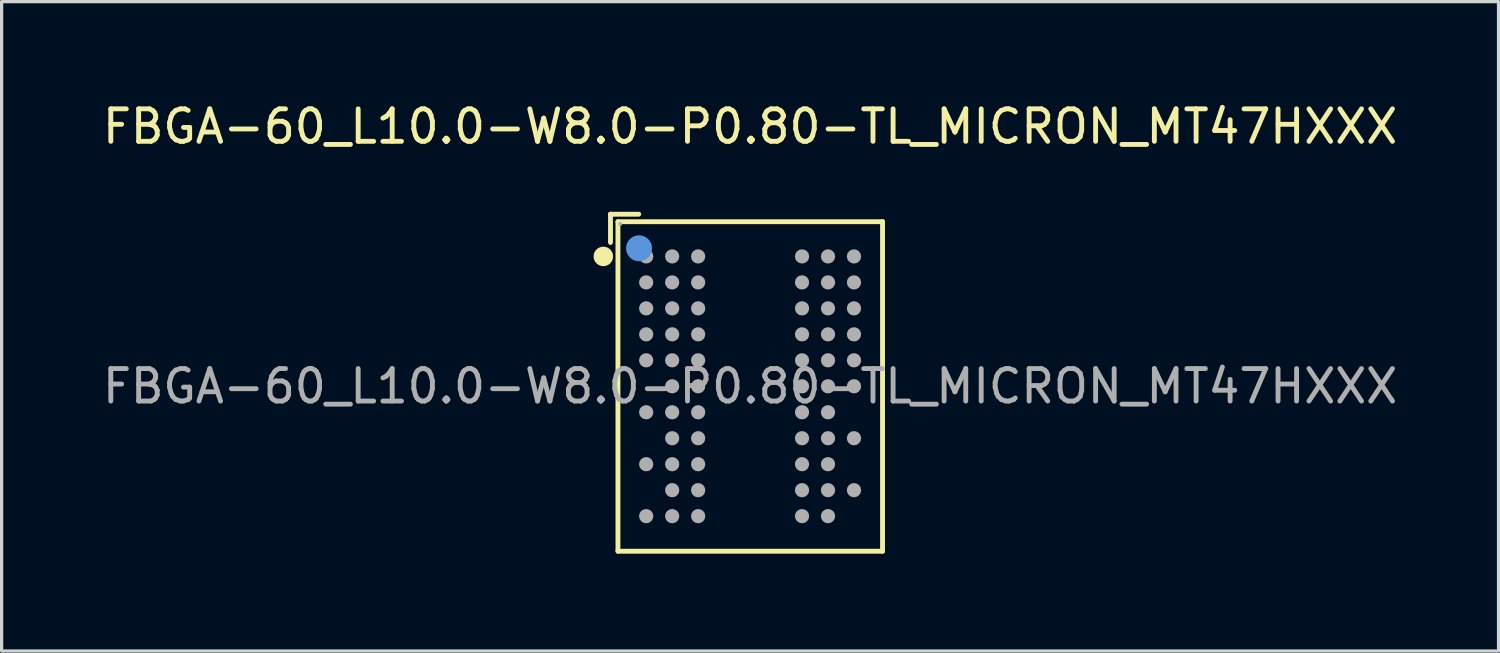
<source format=kicad_pcb>
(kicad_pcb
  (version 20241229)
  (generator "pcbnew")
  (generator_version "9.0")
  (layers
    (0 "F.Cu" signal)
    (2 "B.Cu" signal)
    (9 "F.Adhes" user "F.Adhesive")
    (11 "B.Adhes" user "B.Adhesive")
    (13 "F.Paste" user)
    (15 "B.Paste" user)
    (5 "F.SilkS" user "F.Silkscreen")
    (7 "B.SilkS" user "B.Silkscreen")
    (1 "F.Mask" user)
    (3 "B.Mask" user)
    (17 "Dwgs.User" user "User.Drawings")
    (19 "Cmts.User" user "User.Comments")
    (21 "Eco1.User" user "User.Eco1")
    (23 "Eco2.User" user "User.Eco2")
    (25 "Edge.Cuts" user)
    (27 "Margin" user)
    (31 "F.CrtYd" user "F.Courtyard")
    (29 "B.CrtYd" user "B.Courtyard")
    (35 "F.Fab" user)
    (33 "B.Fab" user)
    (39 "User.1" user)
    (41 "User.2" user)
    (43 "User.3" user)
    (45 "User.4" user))
  (footprint "FBGA-60_L10.0-W8.0-P0.80-TL_MICRON_MT47HXXX"
    (layer "F.Cu")
    (at 20.054 8.848)
    (property "Reference" "FBGA-60_L10.0-W8.0-P0.80-TL_MICRON_MT47HXXX" (at 0 -8 0) (layer "F.SilkS") (effects (font (size 1 1) (thickness 0.15))))
    (attr smd)
    (fp_line (start -4.3 -5.3) (end -4.3 -4.43) (stroke (width 0.15) (type solid)) (layer "F.SilkS"))
    (fp_line (start -4.07 -5.07) (end 4.08 -5.07) (stroke (width 0.15) (type solid)) (layer "F.SilkS"))
    (fp_line (start -4.07 5.08) (end -4.07 -5.07) (stroke (width 0.15) (type solid)) (layer "F.SilkS"))
    (fp_line (start -3.43 -5.3) (end -4.3 -5.3) (stroke (width 0.15) (type solid)) (layer "F.SilkS"))
    (fp_line (start 4.08 -5.07) (end 4.08 5.08) (stroke (width 0.15) (type solid)) (layer "F.SilkS"))
    (fp_line (start 4.08 5.08) (end -4.07 5.08) (stroke (width 0.15) (type solid)) (layer "F.SilkS"))
    (fp_circle (center -4.52 -4) (end -4.37 -4) (stroke (width 0.3) (type solid)) (fill no) (layer "F.SilkS"))
    (fp_circle (center -3.42 -4.25) (end -3.22 -4.25) (stroke (width 0.4) (type solid)) (fill no) (layer "Cmts.User"))
    (fp_circle (center -4 -5) (end -3.97 -5) (stroke (width 0.06) (type solid)) (fill no) (layer "F.Fab"))
    (fp_circle (center -3.2 -4) (end -3.09 -4) (stroke (width 0.22) (type solid)) (fill no) (layer "F.Fab"))
    (fp_circle (center -3.2 -3.2) (end -3.09 -3.2) (stroke (width 0.22) (type solid)) (fill no) (layer "F.Fab"))
    (fp_circle (center -3.2 -2.4) (end -3.09 -2.4) (stroke (width 0.22) (type solid)) (fill no) (layer "F.Fab"))
    (fp_circle (center -3.2 -1.6) (end -3.09 -1.6) (stroke (width 0.22) (type solid)) (fill no) (layer "F.Fab"))
    (fp_circle (center -3.2 -0.8) (end -3.09 -0.8) (stroke (width 0.22) (type solid)) (fill no) (layer "F.Fab"))
    (fp_circle (center -3.2 0.8) (end -3.09 0.8) (stroke (width 0.22) (type solid)) (fill no) (layer "F.Fab"))
    (fp_circle (center -3.2 2.4) (end -3.09 2.4) (stroke (width 0.22) (type solid)) (fill no) (layer "F.Fab"))
    (fp_circle (center -3.2 4) (end -3.09 4) (stroke (width 0.22) (type solid)) (fill no) (layer "F.Fab"))
    (fp_circle (center -2.4 -4) (end -2.29 -4) (stroke (width 0.22) (type solid)) (fill no) (layer "F.Fab"))
    (fp_circle (center -2.4 -3.2) (end -2.29 -3.2) (stroke (width 0.22) (type solid)) (fill no) (layer "F.Fab"))
    (fp_circle (center -2.4 -2.4) (end -2.29 -2.4) (stroke (width 0.22) (type solid)) (fill no) (layer "F.Fab"))
    (fp_circle (center -2.4 -1.6) (end -2.29 -1.6) (stroke (width 0.22) (type solid)) (fill no) (layer "F.Fab"))
    (fp_circle (center -2.4 -0.8) (end -2.29 -0.8) (stroke (width 0.22) (type solid)) (fill no) (layer "F.Fab"))
    (fp_circle (center -2.4 0) (end -2.29 0) (stroke (width 0.22) (type solid)) (fill no) (layer "F.Fab"))
    (fp_circle (center -2.4 0.8) (end -2.29 0.8) (stroke (width 0.22) (type solid)) (fill no) (layer "F.Fab"))
    (fp_circle (center -2.4 1.6) (end -2.29 1.6) (stroke (width 0.22) (type solid)) (fill no) (layer "F.Fab"))
    (fp_circle (center -2.4 2.4) (end -2.29 2.4) (stroke (width 0.22) (type solid)) (fill no) (layer "F.Fab"))
    (fp_circle (center -2.4 3.2) (end -2.29 3.2) (stroke (width 0.22) (type solid)) (fill no) (layer "F.Fab"))
    (fp_circle (center -2.4 4) (end -2.29 4) (stroke (width 0.22) (type solid)) (fill no) (layer "F.Fab"))
    (fp_circle (center -1.6 -4) (end -1.49 -4) (stroke (width 0.22) (type solid)) (fill no) (layer "F.Fab"))
    (fp_circle (center -1.6 -3.2) (end -1.49 -3.2) (stroke (width 0.22) (type solid)) (fill no) (layer "F.Fab"))
    (fp_circle (center -1.6 -2.4) (end -1.49 -2.4) (stroke (width 0.22) (type solid)) (fill no) (layer "F.Fab"))
    (fp_circle (center -1.6 -1.6) (end -1.49 -1.6) (stroke (width 0.22) (type solid)) (fill no) (layer "F.Fab"))
    (fp_circle (center -1.6 -0.8) (end -1.49 -0.8) (stroke (width 0.22) (type solid)) (fill no) (layer "F.Fab"))
    (fp_circle (center -1.6 0) (end -1.49 0) (stroke (width 0.22) (type solid)) (fill no) (layer "F.Fab"))
    (fp_circle (center -1.6 0.8) (end -1.49 0.8) (stroke (width 0.22) (type solid)) (fill no) (layer "F.Fab"))
    (fp_circle (center -1.6 1.6) (end -1.49 1.6) (stroke (width 0.22) (type solid)) (fill no) (layer "F.Fab"))
    (fp_circle (center -1.6 2.4) (end -1.49 2.4) (stroke (width 0.22) (type solid)) (fill no) (layer "F.Fab"))
    (fp_circle (center -1.6 3.2) (end -1.49 3.2) (stroke (width 0.22) (type solid)) (fill no) (layer "F.Fab"))
    (fp_circle (center -1.6 4) (end -1.49 4) (stroke (width 0.22) (type solid)) (fill no) (layer "F.Fab"))
    (fp_circle (center 1.6 -4) (end 1.71 -4) (stroke (width 0.22) (type solid)) (fill no) (layer "F.Fab"))
    (fp_circle (center 1.6 -3.2) (end 1.71 -3.2) (stroke (width 0.22) (type solid)) (fill no) (layer "F.Fab"))
    (fp_circle (center 1.6 -2.4) (end 1.71 -2.4) (stroke (width 0.22) (type solid)) (fill no) (layer "F.Fab"))
    (fp_circle (center 1.6 -1.6) (end 1.71 -1.6) (stroke (width 0.22) (type solid)) (fill no) (layer "F.Fab"))
    (fp_circle (center 1.6 -0.8) (end 1.71 -0.8) (stroke (width 0.22) (type solid)) (fill no) (layer "F.Fab"))
    (fp_circle (center 1.6 0) (end 1.71 0) (stroke (width 0.22) (type solid)) (fill no) (layer "F.Fab"))
    (fp_circle (center 1.6 0.8) (end 1.71 0.8) (stroke (width 0.22) (type solid)) (fill no) (layer "F.Fab"))
    (fp_circle (center 1.6 1.6) (end 1.71 1.6) (stroke (width 0.22) (type solid)) (fill no) (layer "F.Fab"))
    (fp_circle (center 1.6 2.4) (end 1.71 2.4) (stroke (width 0.22) (type solid)) (fill no) (layer "F.Fab"))
    (fp_circle (center 1.6 3.2) (end 1.71 3.2) (stroke (width 0.22) (type solid)) (fill no) (layer "F.Fab"))
    (fp_circle (center 1.6 4) (end 1.71 4) (stroke (width 0.22) (type solid)) (fill no) (layer "F.Fab"))
    (fp_circle (center 2.4 -4) (end 2.51 -4) (stroke (width 0.22) (type solid)) (fill no) (layer "F.Fab"))
    (fp_circle (center 2.4 -3.2) (end 2.51 -3.2) (stroke (width 0.22) (type solid)) (fill no) (layer "F.Fab"))
    (fp_circle (center 2.4 -2.4) (end 2.51 -2.4) (stroke (width 0.22) (type solid)) (fill no) (layer "F.Fab"))
    (fp_circle (center 2.4 -1.6) (end 2.51 -1.6) (stroke (width 0.22) (type solid)) (fill no) (layer "F.Fab"))
    (fp_circle (center 2.4 -0.8) (end 2.51 -0.8) (stroke (width 0.22) (type solid)) (fill no) (layer "F.Fab"))
    (fp_circle (center 2.4 0) (end 2.51 0) (stroke (width 0.22) (type solid)) (fill no) (layer "F.Fab"))
    (fp_circle (center 2.4 0.8) (end 2.51 0.8) (stroke (width 0.22) (type solid)) (fill no) (layer "F.Fab"))
    (fp_circle (center 2.4 1.6) (end 2.51 1.6) (stroke (width 0.22) (type solid)) (fill no) (layer "F.Fab"))
    (fp_circle (center 2.4 2.4) (end 2.51 2.4) (stroke (width 0.22) (type solid)) (fill no) (layer "F.Fab"))
    (fp_circle (center 2.4 3.2) (end 2.51 3.2) (stroke (width 0.22) (type solid)) (fill no) (layer "F.Fab"))
    (fp_circle (center 2.4 4) (end 2.51 4) (stroke (width 0.22) (type solid)) (fill no) (layer "F.Fab"))
    (fp_circle (center 3.2 -4) (end 3.31 -4) (stroke (width 0.22) (type solid)) (fill no) (layer "F.Fab"))
    (fp_circle (center 3.2 -3.2) (end 3.31 -3.2) (stroke (width 0.22) (type solid)) (fill no) (layer "F.Fab"))
    (fp_circle (center 3.2 -2.4) (end 3.31 -2.4) (stroke (width 0.22) (type solid)) (fill no) (layer "F.Fab"))
    (fp_circle (center 3.2 -1.6) (end 3.31 -1.6) (stroke (width 0.22) (type solid)) (fill no) (layer "F.Fab"))
    (fp_circle (center 3.2 -0.8) (end 3.31 -0.8) (stroke (width 0.22) (type solid)) (fill no) (layer "F.Fab"))
    (fp_circle (center 3.2 0) (end 3.31 0) (stroke (width 0.22) (type solid)) (fill no) (layer "F.Fab"))
    (fp_circle (center 3.2 1.6) (end 3.31 1.6) (stroke (width 0.22) (type solid)) (fill no) (layer "F.Fab"))
    (fp_circle (center 3.2 3.2) (end 3.31 3.2) (stroke (width 0.22) (type solid)) (fill no) (layer "F.Fab"))
    (fp_text user "${REFERENCE}" (at 0 0 0) (layer "F.Fab") (effects (font (size 1 1) (thickness 0.15))))
    (pad "A1" smd circle (at -3.2 -4 270) (size 0.36 0.36) (layers "F.Cu" "F.Mask" "F.Paste"))
    (pad "A2" smd circle (at -2.4 -4 270) (size 0.36 0.36) (layers "F.Cu" "F.Mask" "F.Paste"))
    (pad "A3" smd circle (at -1.6 -4 270) (size 0.36 0.36) (layers "F.Cu" "F.Mask" "F.Paste"))
    (pad "A7" smd circle (at 1.6 -4 270) (size 0.36 0.36) (layers "F.Cu" "F.Mask" "F.Paste"))
    (pad "A8" smd circle (at 2.4 -4 270) (size 0.36 0.36) (layers "F.Cu" "F.Mask" "F.Paste"))
    (pad "A9" smd circle (at 3.2 -4 270) (size 0.36 0.36) (layers "F.Cu" "F.Mask" "F.Paste"))
    (pad "B1" smd circle (at -3.2 -3.2 270) (size 0.36 0.36) (layers "F.Cu" "F.Mask" "F.Paste"))
    (pad "B2" smd circle (at -2.4 -3.2 270) (size 0.36 0.36) (layers "F.Cu" "F.Mask" "F.Paste"))
    (pad "B3" smd circle (at -1.6 -3.2 270) (size 0.36 0.36) (layers "F.Cu" "F.Mask" "F.Paste"))
    (pad "B7" smd circle (at 1.6 -3.2 270) (size 0.36 0.36) (layers "F.Cu" "F.Mask" "F.Paste"))
    (pad "B8" smd circle (at 2.4 -3.2 270) (size 0.36 0.36) (layers "F.Cu" "F.Mask" "F.Paste"))
    (pad "B9" smd circle (at 3.2 -3.2 270) (size 0.36 0.36) (layers "F.Cu" "F.Mask" "F.Paste"))
    (pad "C1" smd circle (at -3.2 -2.4 270) (size 0.36 0.36) (layers "F.Cu" "F.Mask" "F.Paste"))
    (pad "C2" smd circle (at -2.4 -2.4 270) (size 0.36 0.36) (layers "F.Cu" "F.Mask" "F.Paste"))
    (pad "C3" smd circle (at -1.6 -2.4 270) (size 0.36 0.36) (layers "F.Cu" "F.Mask" "F.Paste"))
    (pad "C7" smd circle (at 1.6 -2.4 270) (size 0.36 0.36) (layers "F.Cu" "F.Mask" "F.Paste"))
    (pad "C8" smd circle (at 2.4 -2.4 270) (size 0.36 0.36) (layers "F.Cu" "F.Mask" "F.Paste"))
    (pad "C9" smd circle (at 3.2 -2.4 270) (size 0.36 0.36) (layers "F.Cu" "F.Mask" "F.Paste"))
    (pad "D1" smd circle (at -3.2 -1.6 270) (size 0.36 0.36) (layers "F.Cu" "F.Mask" "F.Paste"))
    (pad "D2" smd circle (at -2.4 -1.6 270) (size 0.36 0.36) (layers "F.Cu" "F.Mask" "F.Paste"))
    (pad "D3" smd circle (at -1.6 -1.6 270) (size 0.36 0.36) (layers "F.Cu" "F.Mask" "F.Paste"))
    (pad "D7" smd circle (at 1.6 -1.6 270) (size 0.36 0.36) (layers "F.Cu" "F.Mask" "F.Paste"))
    (pad "D8" smd circle (at 2.4 -1.6 270) (size 0.36 0.36) (layers "F.Cu" "F.Mask" "F.Paste"))
    (pad "D9" smd circle (at 3.2 -1.6 270) (size 0.36 0.36) (layers "F.Cu" "F.Mask" "F.Paste"))
    (pad "E1" smd circle (at -3.2 -0.8 270) (size 0.36 0.36) (layers "F.Cu" "F.Mask" "F.Paste"))
    (pad "E2" smd circle (at -2.4 -0.8 270) (size 0.36 0.36) (layers "F.Cu" "F.Mask" "F.Paste"))
    (pad "E3" smd circle (at -1.6 -0.8 270) (size 0.36 0.36) (layers "F.Cu" "F.Mask" "F.Paste"))
    (pad "E7" smd circle (at 1.6 -0.8 270) (size 0.36 0.36) (layers "F.Cu" "F.Mask" "F.Paste"))
    (pad "E8" smd circle (at 2.4 -0.8 270) (size 0.36 0.36) (layers "F.Cu" "F.Mask" "F.Paste"))
    (pad "E9" smd circle (at 3.2 -0.8 270) (size 0.36 0.36) (layers "F.Cu" "F.Mask" "F.Paste"))
    (pad "F2" smd circle (at -2.4 0 270) (size 0.36 0.36) (layers "F.Cu" "F.Mask" "F.Paste"))
    (pad "F3" smd circle (at -1.6 0 270) (size 0.36 0.36) (layers "F.Cu" "F.Mask" "F.Paste"))
    (pad "F7" smd circle (at 1.6 0 270) (size 0.36 0.36) (layers "F.Cu" "F.Mask" "F.Paste"))
    (pad "F8" smd circle (at 2.4 0 270) (size 0.36 0.36) (layers "F.Cu" "F.Mask" "F.Paste"))
    (pad "F9" smd circle (at 3.2 0 270) (size 0.36 0.36) (layers "F.Cu" "F.Mask" "F.Paste"))
    (pad "G1" smd circle (at -3.2 0.8 270) (size 0.36 0.36) (layers "F.Cu" "F.Mask" "F.Paste"))
    (pad "G2" smd circle (at -2.4 0.8 270) (size 0.36 0.36) (layers "F.Cu" "F.Mask" "F.Paste"))
    (pad "G3" smd circle (at -1.6 0.8 270) (size 0.36 0.36) (layers "F.Cu" "F.Mask" "F.Paste"))
    (pad "G7" smd circle (at 1.6 0.8 270) (size 0.36 0.36) (layers "F.Cu" "F.Mask" "F.Paste"))
    (pad "G8" smd circle (at 2.4 0.8 270) (size 0.36 0.36) (layers "F.Cu" "F.Mask" "F.Paste"))
    (pad "H2" smd circle (at -2.4 1.6 270) (size 0.36 0.36) (layers "F.Cu" "F.Mask" "F.Paste"))
    (pad "H3" smd circle (at -1.6 1.6 270) (size 0.36 0.36) (layers "F.Cu" "F.Mask" "F.Paste"))
    (pad "H7" smd circle (at 1.6 1.6 270) (size 0.36 0.36) (layers "F.Cu" "F.Mask" "F.Paste"))
    (pad "H8" smd circle (at 2.4 1.6 270) (size 0.36 0.36) (layers "F.Cu" "F.Mask" "F.Paste"))
    (pad "H9" smd circle (at 3.2 1.6 270) (size 0.36 0.36) (layers "F.Cu" "F.Mask" "F.Paste"))
    (pad "J1" smd circle (at -3.2 2.4 270) (size 0.36 0.36) (layers "F.Cu" "F.Mask" "F.Paste"))
    (pad "J2" smd circle (at -2.4 2.4 270) (size 0.36 0.36) (layers "F.Cu" "F.Mask" "F.Paste"))
    (pad "J3" smd circle (at -1.6 2.4 270) (size 0.36 0.36) (layers "F.Cu" "F.Mask" "F.Paste"))
    (pad "J7" smd circle (at 1.6 2.4 270) (size 0.36 0.36) (layers "F.Cu" "F.Mask" "F.Paste"))
    (pad "J8" smd circle (at 2.4 2.4 270) (size 0.36 0.36) (layers "F.Cu" "F.Mask" "F.Paste"))
    (pad "K2" smd circle (at -2.4 3.2 270) (size 0.36 0.36) (layers "F.Cu" "F.Mask" "F.Paste"))
    (pad "K3" smd circle (at -1.6 3.2 270) (size 0.36 0.36) (layers "F.Cu" "F.Mask" "F.Paste"))
    (pad "K7" smd circle (at 1.6 3.2 270) (size 0.36 0.36) (layers "F.Cu" "F.Mask" "F.Paste"))
    (pad "K8" smd circle (at 2.4 3.2 270) (size 0.36 0.36) (layers "F.Cu" "F.Mask" "F.Paste"))
    (pad "K9" smd circle (at 3.2 3.2 270) (size 0.36 0.36) (layers "F.Cu" "F.Mask" "F.Paste"))
    (pad "L1" smd circle (at -3.2 4 270) (size 0.36 0.36) (layers "F.Cu" "F.Mask" "F.Paste"))
    (pad "L2" smd circle (at -2.4 4 270) (size 0.36 0.36) (layers "F.Cu" "F.Mask" "F.Paste"))
    (pad "L3" smd circle (at -1.6 4 270) (size 0.36 0.36) (layers "F.Cu" "F.Mask" "F.Paste"))
    (pad "L7" smd circle (at 1.6 4 270) (size 0.36 0.36) (layers "F.Cu" "F.Mask" "F.Paste"))
    (pad "L8" smd circle (at 2.4 4 270) (size 0.36 0.36) (layers "F.Cu" "F.Mask" "F.Paste")))
  (gr_rect
    (start -3 -3)
    (end 43.107 17.003)
    (stroke (width 0.1) (type default))
    (fill no)
    (layer "Edge.Cuts")))
</source>
